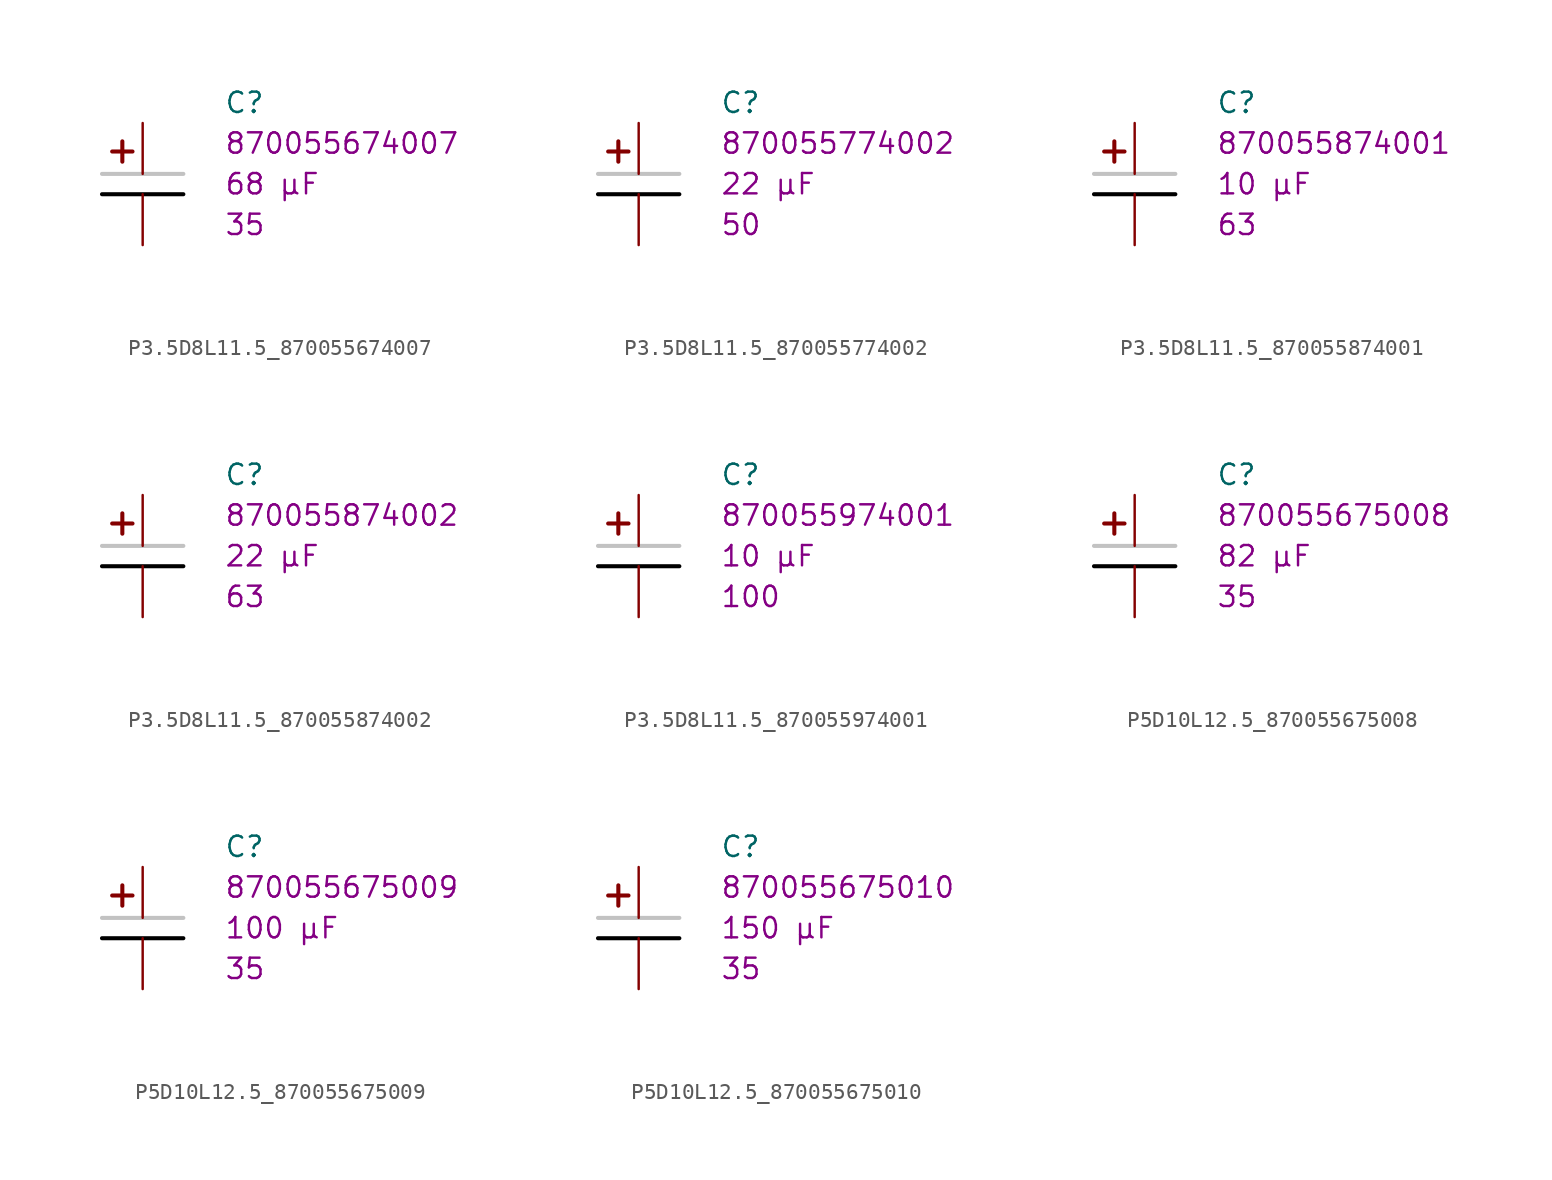
<source format=kicad_sym>
(kicad_symbol_lib
  (version 20220914)
  (generator kicad_symbol_editor)
  (symbol "P3.5D8L11.5_870055674007"
    (pin_numbers hide)
    (pin_names hide)
    (property "Reference" "C"
      (at 5.08 5.08 0)
      (effects (font (size 1.27 1.27)) (justify left)))
    (property "Part Number" "870055674007"
      (at 5.08 2.54 0)
      (effects (font (size 1.27 1.27)) (justify left)))
    (property "Capacitance" "68 µF"
      (at 5.08 0 0)
      (effects (font (size 1.27 1.27)) (justify left)))
    (property "Voltage" "35"
      (at 5.08 -2.54 0)
      (effects (font (size 1.27 1.27)) (justify left)))
    (property "Critical Parameter" ""
      (at 0 -7.62 0)
      (effects (font (size 1.27 1.27))))
    (symbol "P3.5D8L11.5_870055674007_1_1"
      (polyline (pts (xy -1.27 2.667) (xy -1.27 1.397)) (stroke (width 0.254) (type default)) (fill (type none)))
      (polyline (pts (xy -0.635 2.032) (xy -1.905 2.032)) (stroke (width 0.254) (type default)) (fill (type none)))
      (polyline (pts (xy 2.54 -0.635) (xy -2.54 -0.635)) (stroke (width 0.254) (type default) (color 0 0 0 1)) (fill (type none)))
      (polyline (pts (xy 2.54 0.635) (xy -2.54 0.635)) (stroke (width 0.254) (type default) (color 194 194 194 1)) (fill (type none)))
      (pin passive line (at 0 3.81 270) (length 3.175) (name "1" (effects (font (size 1.27 1.27)))) (number "1" (effects (font (size 1.27 1.27)))))
      (pin passive line (at 0 -3.81 90) (length 3.175) (name "2" (effects (font (size 1.27 1.27)))) (number "2" (effects (font (size 1.27 1.27)))))))
  (symbol "P3.5D8L11.5_870055774002"
    (pin_numbers hide)
    (pin_names hide)
    (property "Reference" "C"
      (at 5.08 5.08 0)
      (effects (font (size 1.27 1.27)) (justify left)))
    (property "Part Number" "870055774002"
      (at 5.08 2.54 0)
      (effects (font (size 1.27 1.27)) (justify left)))
    (property "Capacitance" "22 µF"
      (at 5.08 0 0)
      (effects (font (size 1.27 1.27)) (justify left)))
    (property "Voltage" "50"
      (at 5.08 -2.54 0)
      (effects (font (size 1.27 1.27)) (justify left)))
    (property "Critical Parameter" ""
      (at 0 -7.62 0)
      (effects (font (size 1.27 1.27))))
    (symbol "P3.5D8L11.5_870055774002_1_1"
      (polyline (pts (xy -1.27 2.667) (xy -1.27 1.397)) (stroke (width 0.254) (type default)) (fill (type none)))
      (polyline (pts (xy -0.635 2.032) (xy -1.905 2.032)) (stroke (width 0.254) (type default)) (fill (type none)))
      (polyline (pts (xy 2.54 -0.635) (xy -2.54 -0.635)) (stroke (width 0.254) (type default) (color 0 0 0 1)) (fill (type none)))
      (polyline (pts (xy 2.54 0.635) (xy -2.54 0.635)) (stroke (width 0.254) (type default) (color 194 194 194 1)) (fill (type none)))
      (pin passive line (at 0 3.81 270) (length 3.175) (name "1" (effects (font (size 1.27 1.27)))) (number "1" (effects (font (size 1.27 1.27)))))
      (pin passive line (at 0 -3.81 90) (length 3.175) (name "2" (effects (font (size 1.27 1.27)))) (number "2" (effects (font (size 1.27 1.27)))))))
  (symbol "P3.5D8L11.5_870055874001"
    (pin_numbers hide)
    (pin_names hide)
    (property "Reference" "C"
      (at 5.08 5.08 0)
      (effects (font (size 1.27 1.27)) (justify left)))
    (property "Part Number" "870055874001"
      (at 5.08 2.54 0)
      (effects (font (size 1.27 1.27)) (justify left)))
    (property "Capacitance" "10 µF"
      (at 5.08 0 0)
      (effects (font (size 1.27 1.27)) (justify left)))
    (property "Voltage" "63"
      (at 5.08 -2.54 0)
      (effects (font (size 1.27 1.27)) (justify left)))
    (property "Critical Parameter" ""
      (at 0 -7.62 0)
      (effects (font (size 1.27 1.27))))
    (symbol "P3.5D8L11.5_870055874001_1_1"
      (polyline (pts (xy -1.27 2.667) (xy -1.27 1.397)) (stroke (width 0.254) (type default)) (fill (type none)))
      (polyline (pts (xy -0.635 2.032) (xy -1.905 2.032)) (stroke (width 0.254) (type default)) (fill (type none)))
      (polyline (pts (xy 2.54 -0.635) (xy -2.54 -0.635)) (stroke (width 0.254) (type default) (color 0 0 0 1)) (fill (type none)))
      (polyline (pts (xy 2.54 0.635) (xy -2.54 0.635)) (stroke (width 0.254) (type default) (color 194 194 194 1)) (fill (type none)))
      (pin passive line (at 0 3.81 270) (length 3.175) (name "1" (effects (font (size 1.27 1.27)))) (number "1" (effects (font (size 1.27 1.27)))))
      (pin passive line (at 0 -3.81 90) (length 3.175) (name "2" (effects (font (size 1.27 1.27)))) (number "2" (effects (font (size 1.27 1.27)))))))
  (symbol "P3.5D8L11.5_870055874002"
    (pin_numbers hide)
    (pin_names hide)
    (property "Reference" "C"
      (at 5.08 5.08 0)
      (effects (font (size 1.27 1.27)) (justify left)))
    (property "Part Number" "870055874002"
      (at 5.08 2.54 0)
      (effects (font (size 1.27 1.27)) (justify left)))
    (property "Capacitance" "22 µF"
      (at 5.08 0 0)
      (effects (font (size 1.27 1.27)) (justify left)))
    (property "Voltage" "63"
      (at 5.08 -2.54 0)
      (effects (font (size 1.27 1.27)) (justify left)))
    (property "Critical Parameter" ""
      (at 0 -7.62 0)
      (effects (font (size 1.27 1.27))))
    (symbol "P3.5D8L11.5_870055874002_1_1"
      (polyline (pts (xy -1.27 2.667) (xy -1.27 1.397)) (stroke (width 0.254) (type default)) (fill (type none)))
      (polyline (pts (xy -0.635 2.032) (xy -1.905 2.032)) (stroke (width 0.254) (type default)) (fill (type none)))
      (polyline (pts (xy 2.54 -0.635) (xy -2.54 -0.635)) (stroke (width 0.254) (type default) (color 0 0 0 1)) (fill (type none)))
      (polyline (pts (xy 2.54 0.635) (xy -2.54 0.635)) (stroke (width 0.254) (type default) (color 194 194 194 1)) (fill (type none)))
      (pin passive line (at 0 3.81 270) (length 3.175) (name "1" (effects (font (size 1.27 1.27)))) (number "1" (effects (font (size 1.27 1.27)))))
      (pin passive line (at 0 -3.81 90) (length 3.175) (name "2" (effects (font (size 1.27 1.27)))) (number "2" (effects (font (size 1.27 1.27)))))))
  (symbol "P3.5D8L11.5_870055974001"
    (pin_numbers hide)
    (pin_names hide)
    (property "Reference" "C"
      (at 5.08 5.08 0)
      (effects (font (size 1.27 1.27)) (justify left)))
    (property "Part Number" "870055974001"
      (at 5.08 2.54 0)
      (effects (font (size 1.27 1.27)) (justify left)))
    (property "Capacitance" "10 µF"
      (at 5.08 0 0)
      (effects (font (size 1.27 1.27)) (justify left)))
    (property "Voltage" "100"
      (at 5.08 -2.54 0)
      (effects (font (size 1.27 1.27)) (justify left)))
    (property "Critical Parameter" ""
      (at 0 -7.62 0)
      (effects (font (size 1.27 1.27))))
    (symbol "P3.5D8L11.5_870055974001_1_1"
      (polyline (pts (xy -1.27 2.667) (xy -1.27 1.397)) (stroke (width 0.254) (type default)) (fill (type none)))
      (polyline (pts (xy -0.635 2.032) (xy -1.905 2.032)) (stroke (width 0.254) (type default)) (fill (type none)))
      (polyline (pts (xy 2.54 -0.635) (xy -2.54 -0.635)) (stroke (width 0.254) (type default) (color 0 0 0 1)) (fill (type none)))
      (polyline (pts (xy 2.54 0.635) (xy -2.54 0.635)) (stroke (width 0.254) (type default) (color 194 194 194 1)) (fill (type none)))
      (pin passive line (at 0 3.81 270) (length 3.175) (name "1" (effects (font (size 1.27 1.27)))) (number "1" (effects (font (size 1.27 1.27)))))
      (pin passive line (at 0 -3.81 90) (length 3.175) (name "2" (effects (font (size 1.27 1.27)))) (number "2" (effects (font (size 1.27 1.27)))))))
  (symbol "P5D10L12.5_870055675008"
    (pin_numbers hide)
    (pin_names hide)
    (property "Reference" "C"
      (at 5.08 5.08 0)
      (effects (font (size 1.27 1.27)) (justify left)))
    (property "Part Number" "870055675008"
      (at 5.08 2.54 0)
      (effects (font (size 1.27 1.27)) (justify left)))
    (property "Capacitance" "82 µF"
      (at 5.08 0 0)
      (effects (font (size 1.27 1.27)) (justify left)))
    (property "Voltage" "35"
      (at 5.08 -2.54 0)
      (effects (font (size 1.27 1.27)) (justify left)))
    (property "Critical Parameter" ""
      (at 0 -7.62 0)
      (effects (font (size 1.27 1.27))))
    (symbol "P5D10L12.5_870055675008_1_1"
      (polyline (pts (xy -1.27 2.667) (xy -1.27 1.397)) (stroke (width 0.254) (type default)) (fill (type none)))
      (polyline (pts (xy -0.635 2.032) (xy -1.905 2.032)) (stroke (width 0.254) (type default)) (fill (type none)))
      (polyline (pts (xy 2.54 -0.635) (xy -2.54 -0.635)) (stroke (width 0.254) (type default) (color 0 0 0 1)) (fill (type none)))
      (polyline (pts (xy 2.54 0.635) (xy -2.54 0.635)) (stroke (width 0.254) (type default) (color 194 194 194 1)) (fill (type none)))
      (pin passive line (at 0 3.81 270) (length 3.175) (name "1" (effects (font (size 1.27 1.27)))) (number "1" (effects (font (size 1.27 1.27)))))
      (pin passive line (at 0 -3.81 90) (length 3.175) (name "2" (effects (font (size 1.27 1.27)))) (number "2" (effects (font (size 1.27 1.27)))))))
  (symbol "P5D10L12.5_870055675009"
    (pin_numbers hide)
    (pin_names hide)
    (property "Reference" "C"
      (at 5.08 5.08 0)
      (effects (font (size 1.27 1.27)) (justify left)))
    (property "Part Number" "870055675009"
      (at 5.08 2.54 0)
      (effects (font (size 1.27 1.27)) (justify left)))
    (property "Capacitance" "100 µF"
      (at 5.08 0 0)
      (effects (font (size 1.27 1.27)) (justify left)))
    (property "Voltage" "35"
      (at 5.08 -2.54 0)
      (effects (font (size 1.27 1.27)) (justify left)))
    (property "Critical Parameter" ""
      (at 0 -7.62 0)
      (effects (font (size 1.27 1.27))))
    (symbol "P5D10L12.5_870055675009_1_1"
      (polyline (pts (xy -1.27 2.667) (xy -1.27 1.397)) (stroke (width 0.254) (type default)) (fill (type none)))
      (polyline (pts (xy -0.635 2.032) (xy -1.905 2.032)) (stroke (width 0.254) (type default)) (fill (type none)))
      (polyline (pts (xy 2.54 -0.635) (xy -2.54 -0.635)) (stroke (width 0.254) (type default) (color 0 0 0 1)) (fill (type none)))
      (polyline (pts (xy 2.54 0.635) (xy -2.54 0.635)) (stroke (width 0.254) (type default) (color 194 194 194 1)) (fill (type none)))
      (pin passive line (at 0 3.81 270) (length 3.175) (name "1" (effects (font (size 1.27 1.27)))) (number "1" (effects (font (size 1.27 1.27)))))
      (pin passive line (at 0 -3.81 90) (length 3.175) (name "2" (effects (font (size 1.27 1.27)))) (number "2" (effects (font (size 1.27 1.27)))))))
  (symbol "P5D10L12.5_870055675010"
    (pin_numbers hide)
    (pin_names hide)
    (property "Reference" "C"
      (at 5.08 5.08 0)
      (effects (font (size 1.27 1.27)) (justify left)))
    (property "Part Number" "870055675010"
      (at 5.08 2.54 0)
      (effects (font (size 1.27 1.27)) (justify left)))
    (property "Capacitance" "150 µF"
      (at 5.08 0 0)
      (effects (font (size 1.27 1.27)) (justify left)))
    (property "Voltage" "35"
      (at 5.08 -2.54 0)
      (effects (font (size 1.27 1.27)) (justify left)))
    (property "Critical Parameter" ""
      (at 0 -7.62 0)
      (effects (font (size 1.27 1.27))))
    (symbol "P5D10L12.5_870055675010_1_1"
      (polyline (pts (xy -1.27 2.667) (xy -1.27 1.397)) (stroke (width 0.254) (type default)) (fill (type none)))
      (polyline (pts (xy -0.635 2.032) (xy -1.905 2.032)) (stroke (width 0.254) (type default)) (fill (type none)))
      (polyline (pts (xy 2.54 -0.635) (xy -2.54 -0.635)) (stroke (width 0.254) (type default) (color 0 0 0 1)) (fill (type none)))
      (polyline (pts (xy 2.54 0.635) (xy -2.54 0.635)) (stroke (width 0.254) (type default) (color 194 194 194 1)) (fill (type none)))
      (pin passive line (at 0 3.81 270) (length 3.175) (name "1" (effects (font (size 1.27 1.27)))) (number "1" (effects (font (size 1.27 1.27)))))
      (pin passive line (at 0 -3.81 90) (length 3.175) (name "2" (effects (font (size 1.27 1.27)))) (number "2" (effects (font (size 1.27 1.27))))))))
</source>
